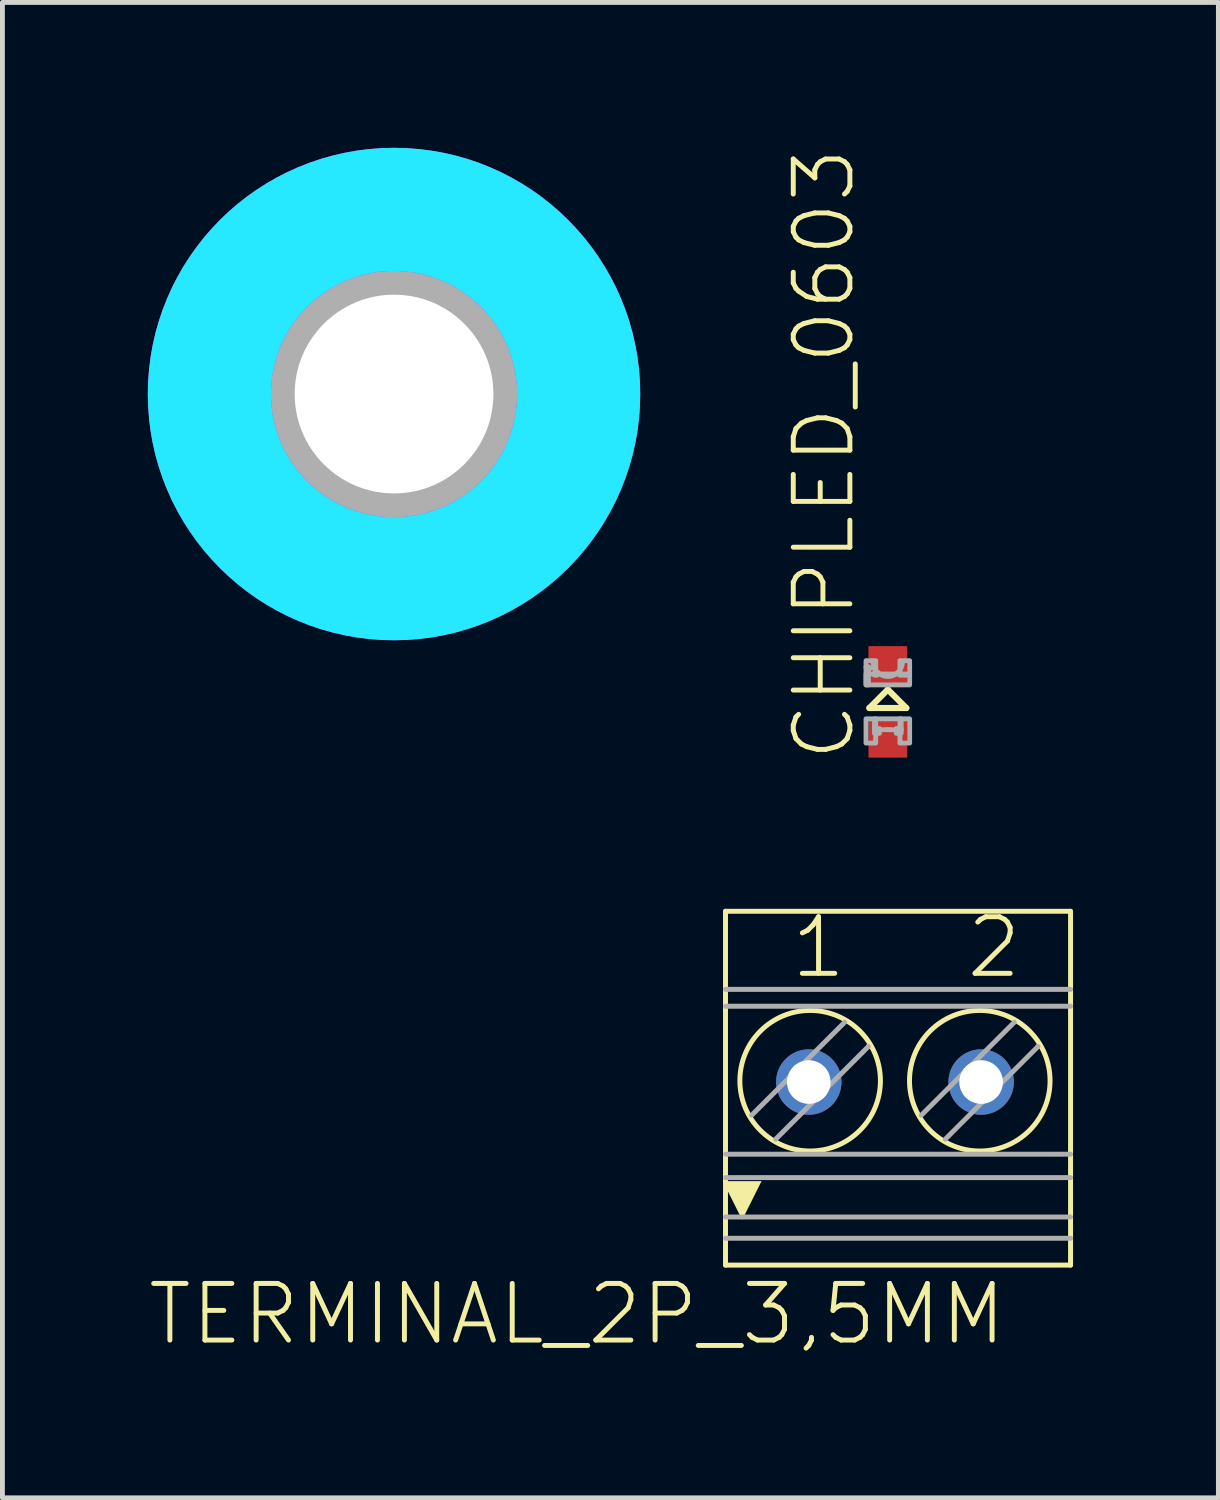
<source format=kicad_pcb>
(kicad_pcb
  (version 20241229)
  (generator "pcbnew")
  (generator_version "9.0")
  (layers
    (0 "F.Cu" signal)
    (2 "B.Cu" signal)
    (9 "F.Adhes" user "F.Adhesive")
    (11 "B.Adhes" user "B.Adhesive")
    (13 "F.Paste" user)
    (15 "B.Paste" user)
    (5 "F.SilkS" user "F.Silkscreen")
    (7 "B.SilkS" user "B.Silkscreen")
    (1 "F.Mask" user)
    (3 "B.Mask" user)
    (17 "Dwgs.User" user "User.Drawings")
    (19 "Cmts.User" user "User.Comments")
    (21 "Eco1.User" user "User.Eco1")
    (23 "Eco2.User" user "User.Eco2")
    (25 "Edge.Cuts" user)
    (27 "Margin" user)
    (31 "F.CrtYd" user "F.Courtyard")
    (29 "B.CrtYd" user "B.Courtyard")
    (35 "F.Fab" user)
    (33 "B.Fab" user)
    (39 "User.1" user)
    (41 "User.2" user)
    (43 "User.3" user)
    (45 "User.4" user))
  (footprint "4,1"
    (layer "F.Cu")
    (at 5.08 5.08)
    (property "Reference" "4,1" (at 0 0 0) (layer "F.SilkS") (effects (font (size 1.27 1.27) (thickness 0.15))))
    (fp_circle (center 0 0) (end 2.15 0) (stroke (width 0.152) (type solid)) (fill no) (layer "F.SilkS"))
    (fp_circle (center 0 0) (end 3.81 0) (stroke (width 2.54) (type solid)) (fill no) (layer "B.CrtYd"))
    (fp_circle (center 0 0) (end 3.81 0) (stroke (width 2.54) (type solid)) (fill no) (layer "F.CrtYd"))
    (fp_arc (start 0 -2.54) (mid 1.796051 -1.796051) (end 2.54 0) (stroke (width 3.9116) (type solid)) (layer "F.Fab"))
    (fp_arc (start 0 2.54) (mid -1.796051 1.796051) (end -2.54 0) (stroke (width 3.9116) (type solid)) (layer "F.Fab"))
    (fp_circle (center 0 0) (end 0.762 0) (stroke (width 0.457) (type solid)) (fill no) (layer "F.Fab"))
    (fp_circle (center 0 0) (end 4.496 0) (stroke (width 0.152) (type solid)) (fill no) (layer "F.Fab"))
    (pad "" np_thru_hole circle (at 0 0) (size 4.1 4.1) (drill 4.1) (layers "*.Cu" "*.Mask"))
    (zone (net_name "") (layer "F.Cu") (hatch edge 0.508) (connect_pads) (min_thickness 0.254) (filled_areas_thickness no) (keepout (tracks not_allowed) (vias not_allowed) (pads not_allowed) (copperpour not_allowed) (footprints allowed)) (placement (enabled no)) (fill) (polygon (pts (xy 10.16 5.08) (xy 10.083 4.198) (xy 9.854 3.343) (xy 9.479 2.54) (xy 8.972 1.815) (xy 8.345 1.188) (xy 7.62 0.681) (xy 6.817 0.306) (xy 5.962 0.077) (xy 5.08 0) (xy 4.198 0.077) (xy 3.343 0.306) (xy 2.54 0.681) (xy 1.815 1.188) (xy 1.188 1.815) (xy 0.681 2.54) (xy 0.306 3.343) (xy 0.077 4.198) (xy 0 5.08) (xy 0.077 5.962) (xy 0.306 6.817) (xy 0.681 7.62) (xy 1.188 8.345) (xy 1.815 8.972) (xy 2.54 9.479) (xy 3.343 9.854) (xy 4.198 10.083) (xy 5.08 10.16) (xy 5.962 10.083) (xy 6.817 9.854) (xy 7.62 9.479) (xy 8.345 8.972) (xy 8.972 8.345) (xy 9.479 7.62) (xy 9.854 6.817) (xy 10.083 5.962))) (polygon (pts (xy 7.62 5.08) (xy 7.581 4.639) (xy 7.467 4.211) (xy 7.28 3.81) (xy 7.026 3.447) (xy 6.713 3.134) (xy 6.35 2.88) (xy 5.949 2.693) (xy 5.521 2.579) (xy 5.08 2.54) (xy 4.639 2.579) (xy 4.211 2.693) (xy 3.81 2.88) (xy 3.447 3.134) (xy 3.134 3.447) (xy 2.88 3.81) (xy 2.693 4.211) (xy 2.579 4.639) (xy 2.54 5.08) (xy 2.579 5.521) (xy 2.693 5.949) (xy 2.88 6.35) (xy 3.134 6.713) (xy 3.447 7.026) (xy 3.81 7.28) (xy 4.211 7.467) (xy 4.639 7.581) (xy 5.08 7.62) (xy 5.521 7.581) (xy 5.949 7.467) (xy 6.35 7.28) (xy 6.713 7.026) (xy 7.026 6.713) (xy 7.28 6.35) (xy 7.467 5.949) (xy 7.581 5.521))))
    (zone (net_name "") (layers "F.Cu" "B.Cu") (hatch edge 0.508) (connect_pads) (min_thickness 0.254) (filled_areas_thickness no) (keepout (tracks allowed) (vias not_allowed) (pads allowed) (copperpour allowed) (footprints allowed)) (placement (enabled no)) (fill) (polygon (pts (xy 10.16 5.08) (xy 10.083 4.198) (xy 9.854 3.343) (xy 9.479 2.54) (xy 8.972 1.815) (xy 8.345 1.188) (xy 7.62 0.681) (xy 6.817 0.306) (xy 5.962 0.077) (xy 5.08 0) (xy 4.198 0.077) (xy 3.343 0.306) (xy 2.54 0.681) (xy 1.815 1.188) (xy 1.188 1.815) (xy 0.681 2.54) (xy 0.306 3.343) (xy 0.077 4.198) (xy 0 5.08) (xy 0.077 5.962) (xy 0.306 6.817) (xy 0.681 7.62) (xy 1.188 8.345) (xy 1.815 8.972) (xy 2.54 9.479) (xy 3.343 9.854) (xy 4.198 10.083) (xy 5.08 10.16) (xy 5.962 10.083) (xy 6.817 9.854) (xy 7.62 9.479) (xy 8.345 8.972) (xy 8.972 8.345) (xy 9.479 7.62) (xy 9.854 6.817) (xy 10.083 5.962))) (polygon (pts (xy 7.62 5.08) (xy 7.581 4.639) (xy 7.467 4.211) (xy 7.28 3.81) (xy 7.026 3.447) (xy 6.713 3.134) (xy 6.35 2.88) (xy 5.949 2.693) (xy 5.521 2.579) (xy 5.08 2.54) (xy 4.639 2.579) (xy 4.211 2.693) (xy 3.81 2.88) (xy 3.447 3.134) (xy 3.134 3.447) (xy 2.88 3.81) (xy 2.693 4.211) (xy 2.579 4.639) (xy 2.54 5.08) (xy 2.579 5.521) (xy 2.693 5.949) (xy 2.88 6.35) (xy 3.134 6.713) (xy 3.447 7.026) (xy 3.81 7.28) (xy 4.211 7.467) (xy 4.639 7.581) (xy 5.08 7.62) (xy 5.521 7.581) (xy 5.949 7.467) (xy 6.35 7.28) (xy 6.713 7.026) (xy 7.026 6.713) (xy 7.28 6.35) (xy 7.467 5.949) (xy 7.581 5.521))))
    (zone (net_name "") (layer "B.Cu") (hatch edge 0.508) (connect_pads) (min_thickness 0.254) (filled_areas_thickness no) (keepout (tracks not_allowed) (vias not_allowed) (pads not_allowed) (copperpour not_allowed) (footprints allowed)) (placement (enabled no)) (fill) (polygon (pts (xy 10.16 5.08) (xy 10.083 4.198) (xy 9.854 3.343) (xy 9.479 2.54) (xy 8.972 1.815) (xy 8.345 1.188) (xy 7.62 0.681) (xy 6.817 0.306) (xy 5.962 0.077) (xy 5.08 0) (xy 4.198 0.077) (xy 3.343 0.306) (xy 2.54 0.681) (xy 1.815 1.188) (xy 1.188 1.815) (xy 0.681 2.54) (xy 0.306 3.343) (xy 0.077 4.198) (xy 0 5.08) (xy 0.077 5.962) (xy 0.306 6.817) (xy 0.681 7.62) (xy 1.188 8.345) (xy 1.815 8.972) (xy 2.54 9.479) (xy 3.343 9.854) (xy 4.198 10.083) (xy 5.08 10.16) (xy 5.962 10.083) (xy 6.817 9.854) (xy 7.62 9.479) (xy 8.345 8.972) (xy 8.972 8.345) (xy 9.479 7.62) (xy 9.854 6.817) (xy 10.083 5.962))) (polygon (pts (xy 7.62 5.08) (xy 7.581 4.639) (xy 7.467 4.211) (xy 7.28 3.81) (xy 7.026 3.447) (xy 6.713 3.134) (xy 6.35 2.88) (xy 5.949 2.693) (xy 5.521 2.579) (xy 5.08 2.54) (xy 4.639 2.579) (xy 4.211 2.693) (xy 3.81 2.88) (xy 3.447 3.134) (xy 3.134 3.447) (xy 2.88 3.81) (xy 2.693 4.211) (xy 2.579 4.639) (xy 2.54 5.08) (xy 2.579 5.521) (xy 2.693 5.949) (xy 2.88 6.35) (xy 3.134 6.713) (xy 3.447 7.026) (xy 3.81 7.28) (xy 4.211 7.467) (xy 4.639 7.581) (xy 5.08 7.62) (xy 5.521 7.581) (xy 5.949 7.467) (xy 6.35 7.28) (xy 6.713 7.026) (xy 7.026 6.713) (xy 7.28 6.35) (xy 7.467 5.949) (xy 7.581 5.521)))))
  (footprint "TERMINAL_2P_3,5MM"
    (layer "F.Cu")
    (at 14.907 19.275)
    (property "Reference" "TERMINAL_2P_3,5MM" (at 2.857 4.105 0) (layer "F.SilkS") (effects (font (size 1.168 1.168) (thickness 0.102)) (justify right top)))
    (fp_line (start -2.988 -3.523) (end 4.131 -3.523) (stroke (width 0.102) (type solid)) (layer "F.SilkS"))
    (fp_line (start -2.988 3.777) (end -2.988 -3.523) (stroke (width 0.102) (type solid)) (layer "F.SilkS"))
    (fp_line (start -2.988 3.777) (end 4.131 3.777) (stroke (width 0.102) (type solid)) (layer "F.SilkS"))
    (fp_line (start -0.036 -0.738) (end -0.042 -0.732) (stroke (width 0.102) (type solid)) (layer "F.SilkS"))
    (fp_line (start 3.464 -0.738) (end 3.458 -0.732) (stroke (width 0.102) (type solid)) (layer "F.SilkS"))
    (fp_line (start 4.131 3.777) (end 4.131 -3.523) (stroke (width 0.102) (type solid)) (layer "F.SilkS"))
    (fp_circle (center -1.242 -0.027) (end 0.208 -0.027) (stroke (width 0.102) (type solid)) (fill no) (layer "F.SilkS"))
    (fp_circle (center 2.258 -0.027) (end 3.708 -0.027) (stroke (width 0.102) (type solid)) (fill no) (layer "F.SilkS"))
    (fp_poly (pts (xy -2.644 2.844) (xy -3.044 2.045) (xy -2.245 2.045)) (stroke (width 0) (type solid)) (fill yes) (layer "F.SilkS"))
    (fp_line (start -2.988 -1.912) (end 4.131 -1.912) (stroke (width 0.102) (type solid)) (layer "F.Fab"))
    (fp_line (start -2.988 1.489) (end 4.131 1.489) (stroke (width 0.102) (type solid)) (layer "F.Fab"))
    (fp_line (start -2.988 3.223) (end 4.131 3.223) (stroke (width 0.102) (type solid)) (layer "F.Fab"))
    (fp_line (start -2.448 0.684) (end -0.531 -1.233) (stroke (width 0.102) (type solid)) (layer "F.Fab"))
    (fp_line (start -0.042 -0.732) (end -1.953 1.179) (stroke (width 0.102) (type solid)) (layer "F.Fab"))
    (fp_line (start 1.052 0.684) (end 2.969 -1.233) (stroke (width 0.102) (type solid)) (layer "F.Fab"))
    (fp_line (start 3.458 -0.732) (end 1.547 1.179) (stroke (width 0.102) (type solid)) (layer "F.Fab"))
    (fp_line (start 4.131 -1.564) (end -2.988 -1.564) (stroke (width 0.102) (type solid)) (layer "F.Fab"))
    (fp_line (start 4.131 1.972) (end -2.988 1.972) (stroke (width 0.102) (type solid)) (layer "F.Fab"))
    (fp_line (start 4.131 2.784) (end -2.988 2.784) (stroke (width 0.102) (type solid)) (layer "F.Fab"))
    (fp_text user "2" (at 1.927 -2.095 0) (layer "F.SilkS") (effects (font (size 1.168 1.168) (thickness 0.102)) (justify left bottom)))
    (fp_text user "1" (at -1.692 -2.095 0) (layer "F.SilkS") (effects (font (size 1.168 1.168) (thickness 0.102)) (justify left bottom)))
    (pad "P$1" thru_hole circle (at -1.27 0) (size 1.35 1.35) (drill 0.9) (layers "*.Cu" "*.Mask"))
    (pad "P$2" thru_hole circle (at 2.286 0) (size 1.35 1.35) (drill 0.9) (layers "*.Cu" "*.Mask")))
  (footprint "CHIPLED_0603"
    (layer "F.Cu")
    (at 15.268 11.431)
    (property "Reference" "CHIPLED_0603" (at -0.635 1.27 90) (layer "F.SilkS") (effects (font (size 1.168 1.168) (thickness 0.102)) (justify left bottom)))
    (fp_line (start -0.381 0.127) (end 0.381 0.127) (stroke (width 0.127) (type solid)) (layer "F.SilkS"))
    (fp_line (start 0 -0.254) (end -0.381 0.127) (stroke (width 0.127) (type solid)) (layer "F.SilkS"))
    (fp_line (start 0.381 0.127) (end 0 -0.254) (stroke (width 0.127) (type solid)) (layer "F.SilkS"))
    (fp_arc (start -0.275 0.825) (mid 0 0.55) (end 0.275 0.825) (stroke (width 0.0508) (type solid)) (layer "F.Fab"))
    (fp_arc (start 0.3 -0.799998) (mid -0.000001 -0.524966) (end -0.3 -0.8) (stroke (width 0.1016) (type solid)) (layer "F.Fab"))
    (fp_poly (pts (xy -0.45 -0.7) (xy -0.25 -0.7) (xy -0.25 -0.85) (xy -0.45 -0.85)) (stroke (width 0.1) (type solid)) (fill no) (layer "F.Fab"))
    (fp_poly (pts (xy -0.45 -0.35) (xy -0.4 -0.35) (xy -0.4 -0.725) (xy -0.45 -0.725)) (stroke (width 0.1) (type solid)) (fill no) (layer "F.Fab"))
    (fp_poly (pts (xy -0.45 -0.35) (xy 0.45 -0.35) (xy 0.45 -0.575) (xy -0.45 -0.575)) (stroke (width 0.1) (type solid)) (fill no) (layer "F.Fab"))
    (fp_poly (pts (xy -0.45 0.85) (xy -0.25 0.85) (xy -0.25 0.35) (xy -0.45 0.35)) (stroke (width 0.1) (type solid)) (fill no) (layer "F.Fab"))
    (fp_poly (pts (xy -0.275 -0.55) (xy -0.225 -0.55) (xy -0.225 -0.6) (xy -0.275 -0.6)) (stroke (width 0.1) (type solid)) (fill no) (layer "F.Fab"))
    (fp_poly (pts (xy -0.275 0.575) (xy 0.275 0.575) (xy 0.275 0.35) (xy -0.275 0.35)) (stroke (width 0.1) (type solid)) (fill no) (layer "F.Fab"))
    (fp_poly (pts (xy -0.275 0.65) (xy -0.175 0.65) (xy -0.175 0.55) (xy -0.275 0.55)) (stroke (width 0.1) (type solid)) (fill no) (layer "F.Fab"))
    (fp_poly (pts (xy 0.175 0.65) (xy 0.275 0.65) (xy 0.275 0.55) (xy 0.175 0.55)) (stroke (width 0.1) (type solid)) (fill no) (layer "F.Fab"))
    (fp_poly (pts (xy 0.25 -0.55) (xy 0.45 -0.55) (xy 0.45 -0.85) (xy 0.25 -0.85)) (stroke (width 0.1) (type solid)) (fill no) (layer "F.Fab"))
    (fp_poly (pts (xy 0.25 0.85) (xy 0.45 0.85) (xy 0.45 0.35) (xy 0.25 0.35)) (stroke (width 0.1) (type solid)) (fill no) (layer "F.Fab"))
    (pad "A" smd rect (at 0 0.75) (size 0.8 0.8) (layers "F.Cu" "F.Mask" "F.Paste"))
    (pad "C" smd rect (at 0 -0.75) (size 0.8 0.8) (layers "F.Cu" "F.Mask" "F.Paste")))
  (gr_rect
    (start -3 -3)
    (end 22.088 27.853)
    (stroke (width 0.1) (type default))
    (fill no)
    (layer "Edge.Cuts")))
</source>
